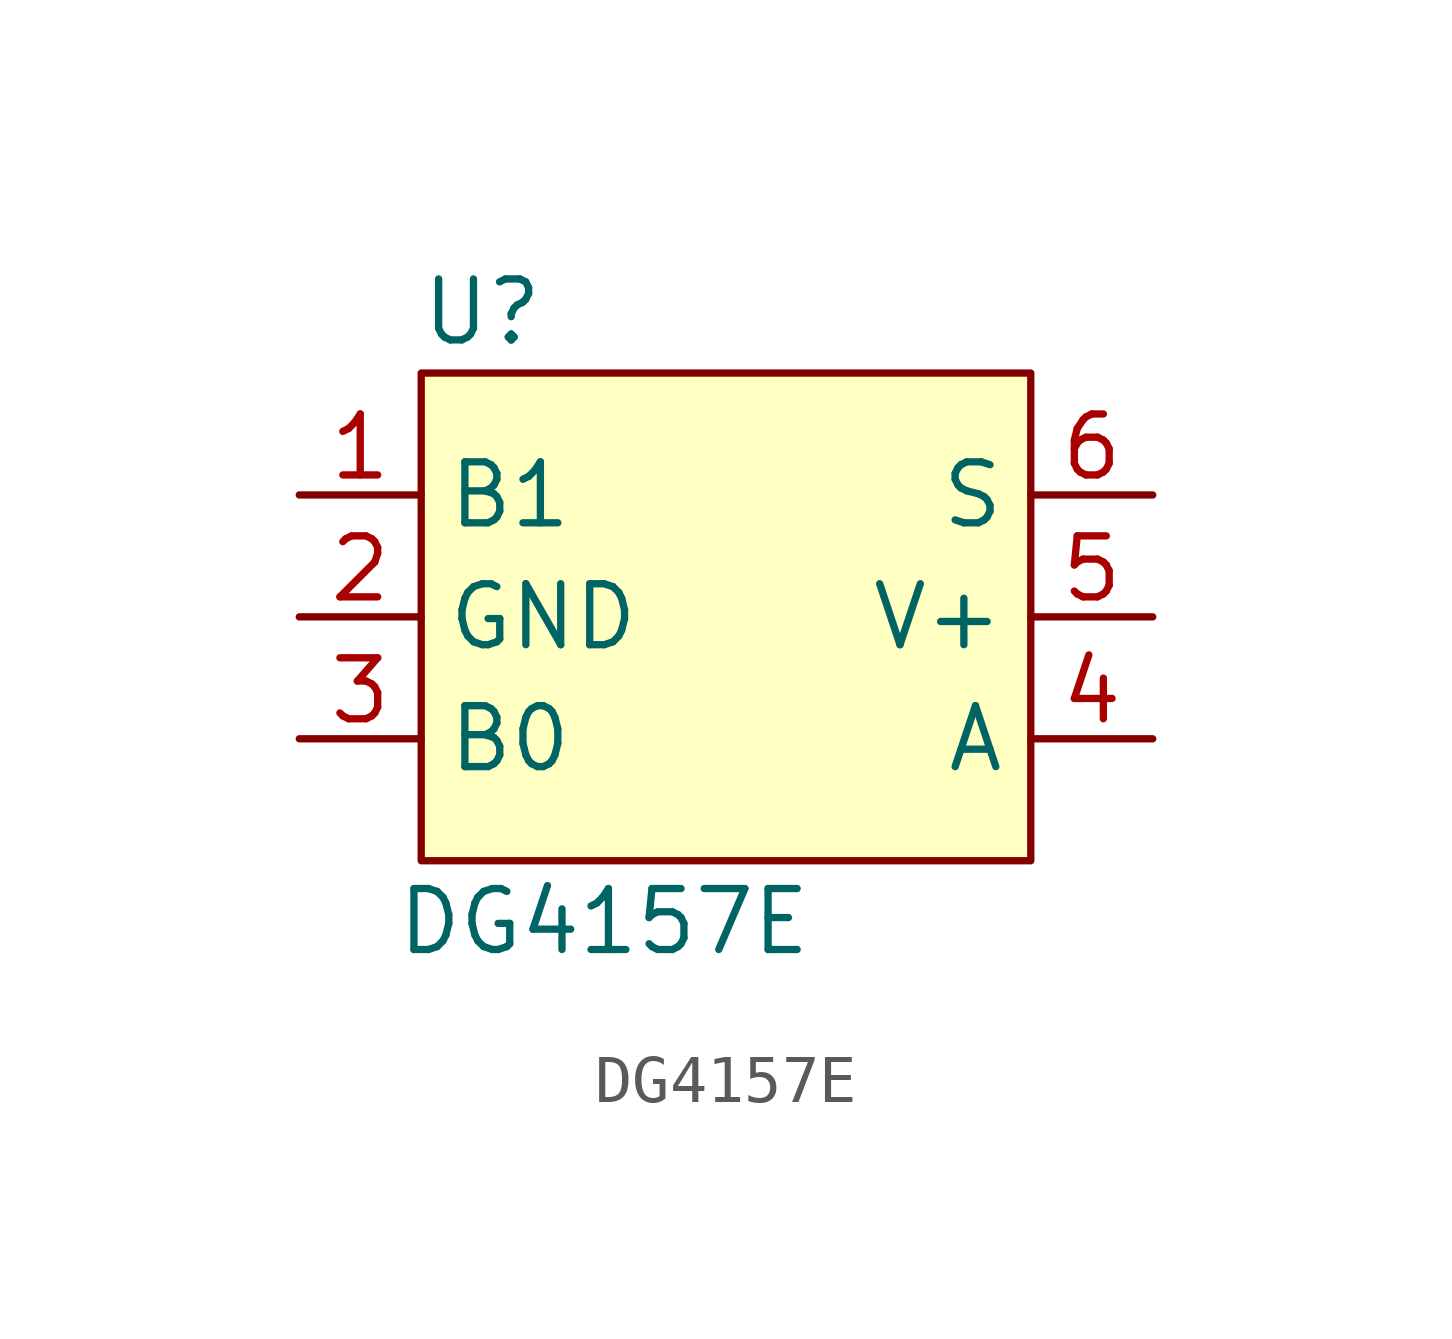
<source format=kicad_sym>
(kicad_symbol_lib
  (version 20211014)
  (generator kicad_symbol_editor)
  (symbol "DG4157E"
    (property "Reference" "U"
      (at -5.08 1.27 0)
      (effects (font (size 1.27 1.27))))
    (property "Value" "DG4157E"
      (at -2.54 -11.43 0)
      (effects (font (size 1.27 1.27))))
    (symbol "DG4157E_0_1"
      (rectangle (start -6.35 0) (end 6.35 -10.16) (stroke (width 0) (type default) (color 0 0 0 0)) (fill (type background))))
    (symbol "DG4157E_1_1"
      (pin passive line (at -8.89 -2.54 0) (length 2.54) (name "B1" (effects (font (size 1.27 1.27)))) (number "1" (effects (font (size 1.27 1.27)))))
      (pin passive line (at -8.89 -5.08 0) (length 2.54) (name "GND" (effects (font (size 1.27 1.27)))) (number "2" (effects (font (size 1.27 1.27)))))
      (pin passive line (at -8.89 -7.62 0) (length 2.54) (name "B0" (effects (font (size 1.27 1.27)))) (number "3" (effects (font (size 1.27 1.27)))))
      (pin passive line (at 8.89 -7.62 180) (length 2.54) (name "A" (effects (font (size 1.27 1.27)))) (number "4" (effects (font (size 1.27 1.27)))))
      (pin passive line (at 8.89 -5.08 180) (length 2.54) (name "V+" (effects (font (size 1.27 1.27)))) (number "5" (effects (font (size 1.27 1.27)))))
      (pin passive line (at 8.89 -2.54 180) (length 2.54) (name "S" (effects (font (size 1.27 1.27)))) (number "6" (effects (font (size 1.27 1.27))))))))
</source>
